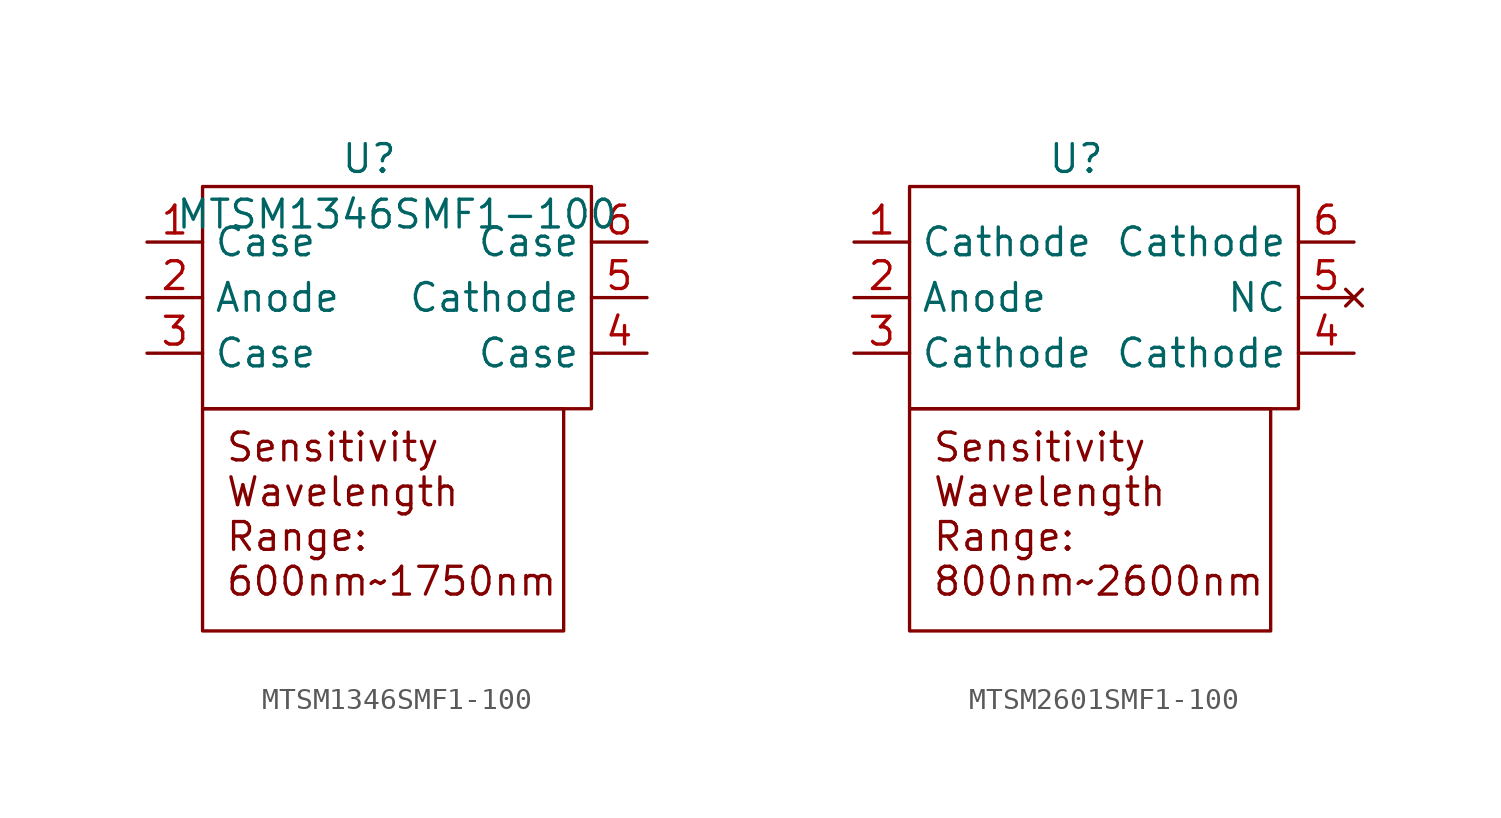
<source format=kicad_sym>
(kicad_symbol_lib
  (version 20220914)
  (generator kicad_symbol_editor)
  (symbol "MTSM1346SMF1-100"
    (property "Reference" "U"
      (at -1.27 2.54 0)
      (effects (font (size 1.27 1.27))))
    (property "Value" "MTSM1346SMF1-100"
      (at 0 0 0)
      (effects (font (size 1.27 1.27))))
    (symbol "MTSM1346SMF1-100_0_1"
      (rectangle (start -8.89 1.27) (end 8.89 -8.89) (stroke (width 0) (type default)) (fill (type none))))
    (symbol "MTSM1346SMF1-100_1_0"
      (text_box "Sensitivity Wavelength Range: 600nm~1750nm\n" (at -8.89 -8.89 0) (size 16.51 -10.16) (stroke (width 0) (type default)) (fill (type color) (color 0 0 0 0)) (effects (font (size 1.27 1.27)) (justify left top))))
    (symbol "MTSM1346SMF1-100_1_1"
      (pin bidirectional line (at -11.43 -1.27 0) (length 2.54) (name "Case" (effects (font (size 1.27 1.27)))) (number "1" (effects (font (size 1.27 1.27)))))
      (pin bidirectional line (at -11.43 -3.81 0) (length 2.54) (name "Anode" (effects (font (size 1.27 1.27)))) (number "2" (effects (font (size 1.27 1.27)))))
      (pin bidirectional line (at -11.43 -6.35 0) (length 2.54) (name "Case" (effects (font (size 1.27 1.27)))) (number "3" (effects (font (size 1.27 1.27)))))
      (pin bidirectional line (at 11.43 -6.35 180) (length 2.54) (name "Case" (effects (font (size 1.27 1.27)))) (number "4" (effects (font (size 1.27 1.27)))))
      (pin bidirectional line (at 11.43 -3.81 180) (length 2.54) (name "Cathode" (effects (font (size 1.27 1.27)))) (number "5" (effects (font (size 1.27 1.27)))))
      (pin bidirectional line (at 11.43 -1.27 180) (length 2.54) (name "Case" (effects (font (size 1.27 1.27)))) (number "6" (effects (font (size 1.27 1.27)))))))
  (symbol "MTSM2601SMF1-100"
    (property "Reference" "U"
      (at -1.27 2.54 0)
      (effects (font (size 1.27 1.27))))
    (property "Value" ""
      (at 0 0 0)
      (effects (font (size 1.27 1.27))))
    (symbol "MTSM2601SMF1-100_0_0"
      (text_box "Sensitivity Wavelength Range: 800nm~2600nm\n" (at -8.89 -8.89 0) (size 16.51 -10.16) (stroke (width 0) (type default)) (fill (type color) (color 0 0 0 0)) (effects (font (size 1.27 1.27)) (justify left top))))
    (symbol "MTSM2601SMF1-100_0_1"
      (rectangle (start -8.89 1.27) (end 8.89 -8.89) (stroke (width 0) (type default)) (fill (type none))))
    (symbol "MTSM2601SMF1-100_1_1"
      (pin bidirectional line (at -11.43 -1.27 0) (length 2.54) (name "Cathode" (effects (font (size 1.27 1.27)))) (number "1" (effects (font (size 1.27 1.27)))))
      (pin bidirectional line (at -11.43 -3.81 0) (length 2.54) (name "Anode" (effects (font (size 1.27 1.27)))) (number "2" (effects (font (size 1.27 1.27)))))
      (pin bidirectional line (at -11.43 -6.35 0) (length 2.54) (name "Cathode" (effects (font (size 1.27 1.27)))) (number "3" (effects (font (size 1.27 1.27)))))
      (pin bidirectional line (at 11.43 -6.35 180) (length 2.54) (name "Cathode" (effects (font (size 1.27 1.27)))) (number "4" (effects (font (size 1.27 1.27)))))
      (pin no_connect line (at 11.43 -3.81 180) (length 2.54) (name "NC" (effects (font (size 1.27 1.27)))) (number "5" (effects (font (size 1.27 1.27)))))
      (pin bidirectional line (at 11.43 -1.27 180) (length 2.54) (name "Cathode" (effects (font (size 1.27 1.27)))) (number "6" (effects (font (size 1.27 1.27))))))))
</source>
